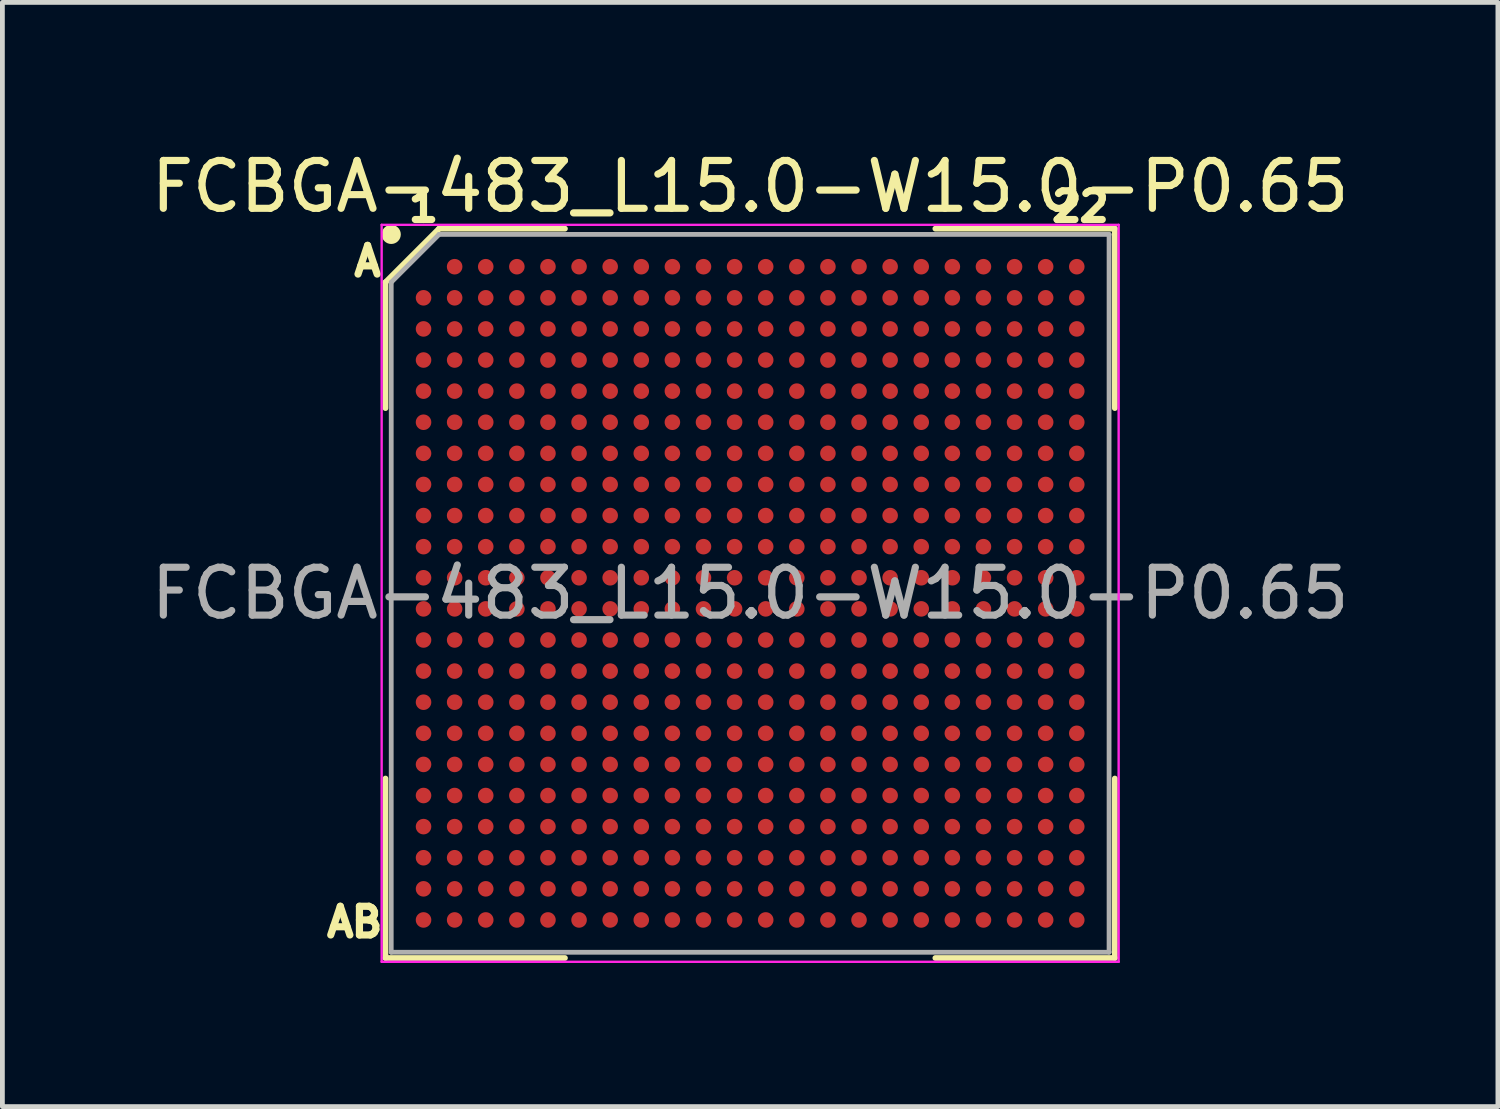
<source format=kicad_pcb>
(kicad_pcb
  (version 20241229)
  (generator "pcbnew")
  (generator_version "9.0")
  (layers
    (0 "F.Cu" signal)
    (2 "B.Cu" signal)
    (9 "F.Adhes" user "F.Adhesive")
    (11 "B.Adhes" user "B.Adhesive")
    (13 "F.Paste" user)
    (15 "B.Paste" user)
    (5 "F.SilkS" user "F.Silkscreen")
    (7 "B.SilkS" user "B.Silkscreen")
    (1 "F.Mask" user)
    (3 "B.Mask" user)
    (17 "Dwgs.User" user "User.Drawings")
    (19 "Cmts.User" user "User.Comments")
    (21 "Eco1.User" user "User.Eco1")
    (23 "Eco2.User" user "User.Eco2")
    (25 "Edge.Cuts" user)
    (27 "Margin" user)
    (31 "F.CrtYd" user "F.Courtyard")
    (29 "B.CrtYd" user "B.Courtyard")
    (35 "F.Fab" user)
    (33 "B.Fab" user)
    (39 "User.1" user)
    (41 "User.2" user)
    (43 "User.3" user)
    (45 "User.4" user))
  (footprint "FCBGA-483_L15.0-W15.0-P0.65"
    (layer "F.Cu")
    (at 12.625 9.348)
    (property "Reference" "FCBGA-483_L15.0-W15.0-P0.65" (at 0 -8.5 0) (layer "F.SilkS") (effects (font (size 1 1) (thickness 0.15))))
    (attr smd)
    (fp_line (start -7.62 -6.5) (end -7.62 -3.87) (stroke (width 0.12) (type default)) (layer "F.SilkS"))
    (fp_line (start -7.62 7.62) (end -7.62 3.87) (stroke (width 0.12) (type default)) (layer "F.SilkS"))
    (fp_line (start -6.5 -7.62) (end -7.62 -6.5) (stroke (width 0.12) (type default)) (layer "F.SilkS"))
    (fp_line (start -3.87 -7.62) (end -6.5 -7.62) (stroke (width 0.12) (type default)) (layer "F.SilkS"))
    (fp_line (start -3.87 7.62) (end -7.62 7.62) (stroke (width 0.12) (type default)) (layer "F.SilkS"))
    (fp_line (start 3.87 -7.62) (end 7.62 -7.62) (stroke (width 0.12) (type default)) (layer "F.SilkS"))
    (fp_line (start 3.87 7.62) (end 7.62 7.62) (stroke (width 0.12) (type default)) (layer "F.SilkS"))
    (fp_line (start 7.62 -7.62) (end 7.62 -3.87) (stroke (width 0.12) (type default)) (layer "F.SilkS"))
    (fp_line (start 7.62 7.62) (end 7.62 3.87) (stroke (width 0.12) (type default)) (layer "F.SilkS"))
    (fp_circle (center -7.5 -7.5) (end -7.5 -7.4) (stroke (width 0.2) (type default)) (fill no) (layer "F.SilkS"))
    (fp_line (start -7.7 -7.7) (end 7.7 -7.7) (stroke (width 0.05) (type default)) (layer "F.CrtYd"))
    (fp_line (start -7.7 7.7) (end -7.7 -7.7) (stroke (width 0.05) (type default)) (layer "F.CrtYd"))
    (fp_line (start 7.7 -7.7) (end 7.7 7.7) (stroke (width 0.05) (type default)) (layer "F.CrtYd"))
    (fp_line (start 7.7 7.7) (end -7.7 7.7) (stroke (width 0.05) (type default)) (layer "F.CrtYd"))
    (fp_line (start -7.5 -6.5) (end -7.5 7.5) (stroke (width 0.1) (type default)) (layer "F.Fab"))
    (fp_line (start -7.5 7.5) (end 7.5 7.5) (stroke (width 0.1) (type default)) (layer "F.Fab"))
    (fp_line (start -6.5 -7.5) (end -7.5 -6.5) (stroke (width 0.1) (type default)) (layer "F.Fab"))
    (fp_line (start 7.5 -7.5) (end -6.5 -7.5) (stroke (width 0.1) (type default)) (layer "F.Fab"))
    (fp_line (start 7.5 7.5) (end 7.5 -7.5) (stroke (width 0.1) (type default)) (layer "F.Fab"))
    (fp_text user "AB" (at -8.92 7.22 0) (unlocked yes) (layer "F.SilkS") (effects (font (size 0.6 0.6) (thickness 0.15)) (justify left bottom)))
    (fp_text user "A" (at -8.35 -6.59 0) (unlocked yes) (layer "F.SilkS") (effects (font (size 0.6 0.6) (thickness 0.15)) (justify left bottom)))
    (fp_text user "1" (at -7.21 -7.73 0) (unlocked yes) (layer "F.SilkS") (effects (font (size 0.6 0.6) (thickness 0.15)) (justify left bottom)))
    (fp_text user "22" (at 6.23 -7.73 0) (unlocked yes) (layer "F.SilkS") (effects (font (size 0.6 0.6) (thickness 0.15)) (justify left bottom)))
    (fp_text user "${REFERENCE}" (at 0 0 0) (layer "F.Fab") (effects (font (size 1 1) (thickness 0.15))))
    (pad "A2" smd circle (at -6.175 -6.825) (size 0.325 0.325) (layers "F.Cu" "F.Mask" "F.Paste"))
    (pad "A3" smd circle (at -5.525 -6.825) (size 0.325 0.325) (layers "F.Cu" "F.Mask" "F.Paste"))
    (pad "A4" smd circle (at -4.875 -6.825) (size 0.325 0.325) (layers "F.Cu" "F.Mask" "F.Paste"))
    (pad "A5" smd circle (at -4.225 -6.825) (size 0.325 0.325) (layers "F.Cu" "F.Mask" "F.Paste"))
    (pad "A6" smd circle (at -3.575 -6.825) (size 0.325 0.325) (layers "F.Cu" "F.Mask" "F.Paste"))
    (pad "A7" smd circle (at -2.925 -6.825) (size 0.325 0.325) (layers "F.Cu" "F.Mask" "F.Paste"))
    (pad "A8" smd circle (at -2.275 -6.825) (size 0.325 0.325) (layers "F.Cu" "F.Mask" "F.Paste"))
    (pad "A9" smd circle (at -1.625 -6.825) (size 0.325 0.325) (layers "F.Cu" "F.Mask" "F.Paste"))
    (pad "A10" smd circle (at -0.975 -6.825) (size 0.325 0.325) (layers "F.Cu" "F.Mask" "F.Paste"))
    (pad "A11" smd circle (at -0.325 -6.825) (size 0.325 0.325) (layers "F.Cu" "F.Mask" "F.Paste"))
    (pad "A12" smd circle (at 0.325 -6.825) (size 0.325 0.325) (layers "F.Cu" "F.Mask" "F.Paste"))
    (pad "A13" smd circle (at 0.975 -6.825) (size 0.325 0.325) (layers "F.Cu" "F.Mask" "F.Paste"))
    (pad "A14" smd circle (at 1.625 -6.825) (size 0.325 0.325) (layers "F.Cu" "F.Mask" "F.Paste"))
    (pad "A15" smd circle (at 2.275 -6.825) (size 0.325 0.325) (layers "F.Cu" "F.Mask" "F.Paste"))
    (pad "A16" smd circle (at 2.925 -6.825) (size 0.325 0.325) (layers "F.Cu" "F.Mask" "F.Paste"))
    (pad "A17" smd circle (at 3.575 -6.825) (size 0.325 0.325) (layers "F.Cu" "F.Mask" "F.Paste"))
    (pad "A18" smd circle (at 4.225 -6.825) (size 0.325 0.325) (layers "F.Cu" "F.Mask" "F.Paste"))
    (pad "A19" smd circle (at 4.875 -6.825) (size 0.325 0.325) (layers "F.Cu" "F.Mask" "F.Paste"))
    (pad "A20" smd circle (at 5.525 -6.825) (size 0.325 0.325) (layers "F.Cu" "F.Mask" "F.Paste"))
    (pad "A21" smd circle (at 6.175 -6.825) (size 0.325 0.325) (layers "F.Cu" "F.Mask" "F.Paste"))
    (pad "A22" smd circle (at 6.825 -6.825) (size 0.325 0.325) (layers "F.Cu" "F.Mask" "F.Paste"))
    (pad "AA1" smd circle (at -6.825 6.175) (size 0.325 0.325) (layers "F.Cu" "F.Mask" "F.Paste"))
    (pad "AA2" smd circle (at -6.175 6.175) (size 0.325 0.325) (layers "F.Cu" "F.Mask" "F.Paste"))
    (pad "AA3" smd circle (at -5.525 6.175) (size 0.325 0.325) (layers "F.Cu" "F.Mask" "F.Paste"))
    (pad "AA4" smd circle (at -4.875 6.175) (size 0.325 0.325) (layers "F.Cu" "F.Mask" "F.Paste"))
    (pad "AA5" smd circle (at -4.225 6.175) (size 0.325 0.325) (layers "F.Cu" "F.Mask" "F.Paste"))
    (pad "AA6" smd circle (at -3.575 6.175) (size 0.325 0.325) (layers "F.Cu" "F.Mask" "F.Paste"))
    (pad "AA7" smd circle (at -2.925 6.175) (size 0.325 0.325) (layers "F.Cu" "F.Mask" "F.Paste"))
    (pad "AA8" smd circle (at -2.275 6.175) (size 0.325 0.325) (layers "F.Cu" "F.Mask" "F.Paste"))
    (pad "AA9" smd circle (at -1.625 6.175) (size 0.325 0.325) (layers "F.Cu" "F.Mask" "F.Paste"))
    (pad "AA10" smd circle (at -0.975 6.175) (size 0.325 0.325) (layers "F.Cu" "F.Mask" "F.Paste"))
    (pad "AA11" smd circle (at -0.325 6.175) (size 0.325 0.325) (layers "F.Cu" "F.Mask" "F.Paste"))
    (pad "AA12" smd circle (at 0.325 6.175) (size 0.325 0.325) (layers "F.Cu" "F.Mask" "F.Paste"))
    (pad "AA13" smd circle (at 0.975 6.175) (size 0.325 0.325) (layers "F.Cu" "F.Mask" "F.Paste"))
    (pad "AA14" smd circle (at 1.625 6.175) (size 0.325 0.325) (layers "F.Cu" "F.Mask" "F.Paste"))
    (pad "AA15" smd circle (at 2.275 6.175) (size 0.325 0.325) (layers "F.Cu" "F.Mask" "F.Paste"))
    (pad "AA16" smd circle (at 2.925 6.175) (size 0.325 0.325) (layers "F.Cu" "F.Mask" "F.Paste"))
    (pad "AA17" smd circle (at 3.575 6.175) (size 0.325 0.325) (layers "F.Cu" "F.Mask" "F.Paste"))
    (pad "AA18" smd circle (at 4.225 6.175) (size 0.325 0.325) (layers "F.Cu" "F.Mask" "F.Paste"))
    (pad "AA19" smd circle (at 4.875 6.175) (size 0.325 0.325) (layers "F.Cu" "F.Mask" "F.Paste"))
    (pad "AA20" smd circle (at 5.525 6.175) (size 0.325 0.325) (layers "F.Cu" "F.Mask" "F.Paste"))
    (pad "AA21" smd circle (at 6.175 6.175) (size 0.325 0.325) (layers "F.Cu" "F.Mask" "F.Paste"))
    (pad "AA22" smd circle (at 6.825 6.175) (size 0.325 0.325) (layers "F.Cu" "F.Mask" "F.Paste"))
    (pad "AB1" smd circle (at -6.825 6.825) (size 0.325 0.325) (layers "F.Cu" "F.Mask" "F.Paste"))
    (pad "AB2" smd circle (at -6.175 6.825) (size 0.325 0.325) (layers "F.Cu" "F.Mask" "F.Paste"))
    (pad "AB3" smd circle (at -5.525 6.825) (size 0.325 0.325) (layers "F.Cu" "F.Mask" "F.Paste"))
    (pad "AB4" smd circle (at -4.875 6.825) (size 0.325 0.325) (layers "F.Cu" "F.Mask" "F.Paste"))
    (pad "AB5" smd circle (at -4.225 6.825) (size 0.325 0.325) (layers "F.Cu" "F.Mask" "F.Paste"))
    (pad "AB6" smd circle (at -3.575 6.825) (size 0.325 0.325) (layers "F.Cu" "F.Mask" "F.Paste"))
    (pad "AB7" smd circle (at -2.925 6.825) (size 0.325 0.325) (layers "F.Cu" "F.Mask" "F.Paste"))
    (pad "AB8" smd circle (at -2.275 6.825) (size 0.325 0.325) (layers "F.Cu" "F.Mask" "F.Paste"))
    (pad "AB9" smd circle (at -1.625 6.825) (size 0.325 0.325) (layers "F.Cu" "F.Mask" "F.Paste"))
    (pad "AB10" smd circle (at -0.975 6.825) (size 0.325 0.325) (layers "F.Cu" "F.Mask" "F.Paste"))
    (pad "AB11" smd circle (at -0.325 6.825) (size 0.325 0.325) (layers "F.Cu" "F.Mask" "F.Paste"))
    (pad "AB12" smd circle (at 0.325 6.825) (size 0.325 0.325) (layers "F.Cu" "F.Mask" "F.Paste"))
    (pad "AB13" smd circle (at 0.975 6.825) (size 0.325 0.325) (layers "F.Cu" "F.Mask" "F.Paste"))
    (pad "AB14" smd circle (at 1.625 6.825) (size 0.325 0.325) (layers "F.Cu" "F.Mask" "F.Paste"))
    (pad "AB15" smd circle (at 2.275 6.825) (size 0.325 0.325) (layers "F.Cu" "F.Mask" "F.Paste"))
    (pad "AB16" smd circle (at 2.925 6.825) (size 0.325 0.325) (layers "F.Cu" "F.Mask" "F.Paste"))
    (pad "AB17" smd circle (at 3.575 6.825) (size 0.325 0.325) (layers "F.Cu" "F.Mask" "F.Paste"))
    (pad "AB18" smd circle (at 4.225 6.825) (size 0.325 0.325) (layers "F.Cu" "F.Mask" "F.Paste"))
    (pad "AB19" smd circle (at 4.875 6.825) (size 0.325 0.325) (layers "F.Cu" "F.Mask" "F.Paste"))
    (pad "AB20" smd circle (at 5.525 6.825) (size 0.325 0.325) (layers "F.Cu" "F.Mask" "F.Paste"))
    (pad "AB21" smd circle (at 6.175 6.825) (size 0.325 0.325) (layers "F.Cu" "F.Mask" "F.Paste"))
    (pad "AB22" smd circle (at 6.825 6.825) (size 0.325 0.325) (layers "F.Cu" "F.Mask" "F.Paste"))
    (pad "B1" smd circle (at -6.825 -6.175) (size 0.325 0.325) (layers "F.Cu" "F.Mask" "F.Paste"))
    (pad "B2" smd circle (at -6.175 -6.175) (size 0.325 0.325) (layers "F.Cu" "F.Mask" "F.Paste"))
    (pad "B3" smd circle (at -5.525 -6.175) (size 0.325 0.325) (layers "F.Cu" "F.Mask" "F.Paste"))
    (pad "B4" smd circle (at -4.875 -6.175) (size 0.325 0.325) (layers "F.Cu" "F.Mask" "F.Paste"))
    (pad "B5" smd circle (at -4.225 -6.175) (size 0.325 0.325) (layers "F.Cu" "F.Mask" "F.Paste"))
    (pad "B6" smd circle (at -3.575 -6.175) (size 0.325 0.325) (layers "F.Cu" "F.Mask" "F.Paste"))
    (pad "B7" smd circle (at -2.925 -6.175) (size 0.325 0.325) (layers "F.Cu" "F.Mask" "F.Paste"))
    (pad "B8" smd circle (at -2.275 -6.175) (size 0.325 0.325) (layers "F.Cu" "F.Mask" "F.Paste"))
    (pad "B9" smd circle (at -1.625 -6.175) (size 0.325 0.325) (layers "F.Cu" "F.Mask" "F.Paste"))
    (pad "B10" smd circle (at -0.975 -6.175) (size 0.325 0.325) (layers "F.Cu" "F.Mask" "F.Paste"))
    (pad "B11" smd circle (at -0.325 -6.175) (size 0.325 0.325) (layers "F.Cu" "F.Mask" "F.Paste"))
    (pad "B12" smd circle (at 0.325 -6.175) (size 0.325 0.325) (layers "F.Cu" "F.Mask" "F.Paste"))
    (pad "B13" smd circle (at 0.975 -6.175) (size 0.325 0.325) (layers "F.Cu" "F.Mask" "F.Paste"))
    (pad "B14" smd circle (at 1.625 -6.175) (size 0.325 0.325) (layers "F.Cu" "F.Mask" "F.Paste"))
    (pad "B15" smd circle (at 2.275 -6.175) (size 0.325 0.325) (layers "F.Cu" "F.Mask" "F.Paste"))
    (pad "B16" smd circle (at 2.925 -6.175) (size 0.325 0.325) (layers "F.Cu" "F.Mask" "F.Paste"))
    (pad "B17" smd circle (at 3.575 -6.175) (size 0.325 0.325) (layers "F.Cu" "F.Mask" "F.Paste"))
    (pad "B18" smd circle (at 4.225 -6.175) (size 0.325 0.325) (layers "F.Cu" "F.Mask" "F.Paste"))
    (pad "B19" smd circle (at 4.875 -6.175) (size 0.325 0.325) (layers "F.Cu" "F.Mask" "F.Paste"))
    (pad "B20" smd circle (at 5.525 -6.175) (size 0.325 0.325) (layers "F.Cu" "F.Mask" "F.Paste"))
    (pad "B21" smd circle (at 6.175 -6.175) (size 0.325 0.325) (layers "F.Cu" "F.Mask" "F.Paste"))
    (pad "B22" smd circle (at 6.825 -6.175) (size 0.325 0.325) (layers "F.Cu" "F.Mask" "F.Paste"))
    (pad "C1" smd circle (at -6.825 -5.525) (size 0.325 0.325) (layers "F.Cu" "F.Mask" "F.Paste"))
    (pad "C2" smd circle (at -6.175 -5.525) (size 0.325 0.325) (layers "F.Cu" "F.Mask" "F.Paste"))
    (pad "C3" smd circle (at -5.525 -5.525) (size 0.325 0.325) (layers "F.Cu" "F.Mask" "F.Paste"))
    (pad "C4" smd circle (at -4.875 -5.525) (size 0.325 0.325) (layers "F.Cu" "F.Mask" "F.Paste"))
    (pad "C5" smd circle (at -4.225 -5.525) (size 0.325 0.325) (layers "F.Cu" "F.Mask" "F.Paste"))
    (pad "C6" smd circle (at -3.575 -5.525) (size 0.325 0.325) (layers "F.Cu" "F.Mask" "F.Paste"))
    (pad "C7" smd circle (at -2.925 -5.525) (size 0.325 0.325) (layers "F.Cu" "F.Mask" "F.Paste"))
    (pad "C8" smd circle (at -2.275 -5.525) (size 0.325 0.325) (layers "F.Cu" "F.Mask" "F.Paste"))
    (pad "C9" smd circle (at -1.625 -5.525) (size 0.325 0.325) (layers "F.Cu" "F.Mask" "F.Paste"))
    (pad "C10" smd circle (at -0.975 -5.525) (size 0.325 0.325) (layers "F.Cu" "F.Mask" "F.Paste"))
    (pad "C11" smd circle (at -0.325 -5.525) (size 0.325 0.325) (layers "F.Cu" "F.Mask" "F.Paste"))
    (pad "C12" smd circle (at 0.325 -5.525) (size 0.325 0.325) (layers "F.Cu" "F.Mask" "F.Paste"))
    (pad "C13" smd circle (at 0.975 -5.525) (size 0.325 0.325) (layers "F.Cu" "F.Mask" "F.Paste"))
    (pad "C14" smd circle (at 1.625 -5.525) (size 0.325 0.325) (layers "F.Cu" "F.Mask" "F.Paste"))
    (pad "C15" smd circle (at 2.275 -5.525) (size 0.325 0.325) (layers "F.Cu" "F.Mask" "F.Paste"))
    (pad "C16" smd circle (at 2.925 -5.525) (size 0.325 0.325) (layers "F.Cu" "F.Mask" "F.Paste"))
    (pad "C17" smd circle (at 3.575 -5.525) (size 0.325 0.325) (layers "F.Cu" "F.Mask" "F.Paste"))
    (pad "C18" smd circle (at 4.225 -5.525) (size 0.325 0.325) (layers "F.Cu" "F.Mask" "F.Paste"))
    (pad "C19" smd circle (at 4.875 -5.525) (size 0.325 0.325) (layers "F.Cu" "F.Mask" "F.Paste"))
    (pad "C20" smd circle (at 5.525 -5.525) (size 0.325 0.325) (layers "F.Cu" "F.Mask" "F.Paste"))
    (pad "C21" smd circle (at 6.175 -5.525) (size 0.325 0.325) (layers "F.Cu" "F.Mask" "F.Paste"))
    (pad "C22" smd circle (at 6.825 -5.525) (size 0.325 0.325) (layers "F.Cu" "F.Mask" "F.Paste"))
    (pad "D1" smd circle (at -6.825 -4.875) (size 0.325 0.325) (layers "F.Cu" "F.Mask" "F.Paste"))
    (pad "D2" smd circle (at -6.175 -4.875) (size 0.325 0.325) (layers "F.Cu" "F.Mask" "F.Paste"))
    (pad "D3" smd circle (at -5.525 -4.875) (size 0.325 0.325) (layers "F.Cu" "F.Mask" "F.Paste"))
    (pad "D4" smd circle (at -4.875 -4.875) (size 0.325 0.325) (layers "F.Cu" "F.Mask" "F.Paste"))
    (pad "D5" smd circle (at -4.225 -4.875) (size 0.325 0.325) (layers "F.Cu" "F.Mask" "F.Paste"))
    (pad "D6" smd circle (at -3.575 -4.875) (size 0.325 0.325) (layers "F.Cu" "F.Mask" "F.Paste"))
    (pad "D7" smd circle (at -2.925 -4.875) (size 0.325 0.325) (layers "F.Cu" "F.Mask" "F.Paste"))
    (pad "D8" smd circle (at -2.275 -4.875) (size 0.325 0.325) (layers "F.Cu" "F.Mask" "F.Paste"))
    (pad "D9" smd circle (at -1.625 -4.875) (size 0.325 0.325) (layers "F.Cu" "F.Mask" "F.Paste"))
    (pad "D10" smd circle (at -0.975 -4.875) (size 0.325 0.325) (layers "F.Cu" "F.Mask" "F.Paste"))
    (pad "D11" smd circle (at -0.325 -4.875) (size 0.325 0.325) (layers "F.Cu" "F.Mask" "F.Paste"))
    (pad "D12" smd circle (at 0.325 -4.875) (size 0.325 0.325) (layers "F.Cu" "F.Mask" "F.Paste"))
    (pad "D13" smd circle (at 0.975 -4.875) (size 0.325 0.325) (layers "F.Cu" "F.Mask" "F.Paste"))
    (pad "D14" smd circle (at 1.625 -4.875) (size 0.325 0.325) (layers "F.Cu" "F.Mask" "F.Paste"))
    (pad "D15" smd circle (at 2.275 -4.875) (size 0.325 0.325) (layers "F.Cu" "F.Mask" "F.Paste"))
    (pad "D16" smd circle (at 2.925 -4.875) (size 0.325 0.325) (layers "F.Cu" "F.Mask" "F.Paste"))
    (pad "D17" smd circle (at 3.575 -4.875) (size 0.325 0.325) (layers "F.Cu" "F.Mask" "F.Paste"))
    (pad "D18" smd circle (at 4.225 -4.875) (size 0.325 0.325) (layers "F.Cu" "F.Mask" "F.Paste"))
    (pad "D19" smd circle (at 4.875 -4.875) (size 0.325 0.325) (layers "F.Cu" "F.Mask" "F.Paste"))
    (pad "D20" smd circle (at 5.525 -4.875) (size 0.325 0.325) (layers "F.Cu" "F.Mask" "F.Paste"))
    (pad "D21" smd circle (at 6.175 -4.875) (size 0.325 0.325) (layers "F.Cu" "F.Mask" "F.Paste"))
    (pad "D22" smd circle (at 6.825 -4.875) (size 0.325 0.325) (layers "F.Cu" "F.Mask" "F.Paste"))
    (pad "E1" smd circle (at -6.825 -4.225) (size 0.325 0.325) (layers "F.Cu" "F.Mask" "F.Paste"))
    (pad "E2" smd circle (at -6.175 -4.225) (size 0.325 0.325) (layers "F.Cu" "F.Mask" "F.Paste"))
    (pad "E3" smd circle (at -5.525 -4.225) (size 0.325 0.325) (layers "F.Cu" "F.Mask" "F.Paste"))
    (pad "E4" smd circle (at -4.875 -4.225) (size 0.325 0.325) (layers "F.Cu" "F.Mask" "F.Paste"))
    (pad "E5" smd circle (at -4.225 -4.225) (size 0.325 0.325) (layers "F.Cu" "F.Mask" "F.Paste"))
    (pad "E6" smd circle (at -3.575 -4.225) (size 0.325 0.325) (layers "F.Cu" "F.Mask" "F.Paste"))
    (pad "E7" smd circle (at -2.925 -4.225) (size 0.325 0.325) (layers "F.Cu" "F.Mask" "F.Paste"))
    (pad "E8" smd circle (at -2.275 -4.225) (size 0.325 0.325) (layers "F.Cu" "F.Mask" "F.Paste"))
    (pad "E9" smd circle (at -1.625 -4.225) (size 0.325 0.325) (layers "F.Cu" "F.Mask" "F.Paste"))
    (pad "E10" smd circle (at -0.975 -4.225) (size 0.325 0.325) (layers "F.Cu" "F.Mask" "F.Paste"))
    (pad "E11" smd circle (at -0.325 -4.225) (size 0.325 0.325) (layers "F.Cu" "F.Mask" "F.Paste"))
    (pad "E12" smd circle (at 0.325 -4.225) (size 0.325 0.325) (layers "F.Cu" "F.Mask" "F.Paste"))
    (pad "E13" smd circle (at 0.975 -4.225) (size 0.325 0.325) (layers "F.Cu" "F.Mask" "F.Paste"))
    (pad "E14" smd circle (at 1.625 -4.225) (size 0.325 0.325) (layers "F.Cu" "F.Mask" "F.Paste"))
    (pad "E15" smd circle (at 2.275 -4.225) (size 0.325 0.325) (layers "F.Cu" "F.Mask" "F.Paste"))
    (pad "E16" smd circle (at 2.925 -4.225) (size 0.325 0.325) (layers "F.Cu" "F.Mask" "F.Paste"))
    (pad "E17" smd circle (at 3.575 -4.225) (size 0.325 0.325) (layers "F.Cu" "F.Mask" "F.Paste"))
    (pad "E18" smd circle (at 4.225 -4.225) (size 0.325 0.325) (layers "F.Cu" "F.Mask" "F.Paste"))
    (pad "E19" smd circle (at 4.875 -4.225) (size 0.325 0.325) (layers "F.Cu" "F.Mask" "F.Paste"))
    (pad "E20" smd circle (at 5.525 -4.225) (size 0.325 0.325) (layers "F.Cu" "F.Mask" "F.Paste"))
    (pad "E21" smd circle (at 6.175 -4.225) (size 0.325 0.325) (layers "F.Cu" "F.Mask" "F.Paste"))
    (pad "E22" smd circle (at 6.825 -4.225) (size 0.325 0.325) (layers "F.Cu" "F.Mask" "F.Paste"))
    (pad "F1" smd circle (at -6.825 -3.575) (size 0.325 0.325) (layers "F.Cu" "F.Mask" "F.Paste"))
    (pad "F2" smd circle (at -6.175 -3.575) (size 0.325 0.325) (layers "F.Cu" "F.Mask" "F.Paste"))
    (pad "F3" smd circle (at -5.525 -3.575) (size 0.325 0.325) (layers "F.Cu" "F.Mask" "F.Paste"))
    (pad "F4" smd circle (at -4.875 -3.575) (size 0.325 0.325) (layers "F.Cu" "F.Mask" "F.Paste"))
    (pad "F5" smd circle (at -4.225 -3.575) (size 0.325 0.325) (layers "F.Cu" "F.Mask" "F.Paste"))
    (pad "F6" smd circle (at -3.575 -3.575) (size 0.325 0.325) (layers "F.Cu" "F.Mask" "F.Paste"))
    (pad "F7" smd circle (at -2.925 -3.575) (size 0.325 0.325) (layers "F.Cu" "F.Mask" "F.Paste"))
    (pad "F8" smd circle (at -2.275 -3.575) (size 0.325 0.325) (layers "F.Cu" "F.Mask" "F.Paste"))
    (pad "F9" smd circle (at -1.625 -3.575) (size 0.325 0.325) (layers "F.Cu" "F.Mask" "F.Paste"))
    (pad "F10" smd circle (at -0.975 -3.575) (size 0.325 0.325) (layers "F.Cu" "F.Mask" "F.Paste"))
    (pad "F11" smd circle (at -0.325 -3.575) (size 0.325 0.325) (layers "F.Cu" "F.Mask" "F.Paste"))
    (pad "F12" smd circle (at 0.325 -3.575) (size 0.325 0.325) (layers "F.Cu" "F.Mask" "F.Paste"))
    (pad "F13" smd circle (at 0.975 -3.575) (size 0.325 0.325) (layers "F.Cu" "F.Mask" "F.Paste"))
    (pad "F14" smd circle (at 1.625 -3.575) (size 0.325 0.325) (layers "F.Cu" "F.Mask" "F.Paste"))
    (pad "F15" smd circle (at 2.275 -3.575) (size 0.325 0.325) (layers "F.Cu" "F.Mask" "F.Paste"))
    (pad "F16" smd circle (at 2.925 -3.575) (size 0.325 0.325) (layers "F.Cu" "F.Mask" "F.Paste"))
    (pad "F17" smd circle (at 3.575 -3.575) (size 0.325 0.325) (layers "F.Cu" "F.Mask" "F.Paste"))
    (pad "F18" smd circle (at 4.225 -3.575) (size 0.325 0.325) (layers "F.Cu" "F.Mask" "F.Paste"))
    (pad "F19" smd circle (at 4.875 -3.575) (size 0.325 0.325) (layers "F.Cu" "F.Mask" "F.Paste"))
    (pad "F20" smd circle (at 5.525 -3.575) (size 0.325 0.325) (layers "F.Cu" "F.Mask" "F.Paste"))
    (pad "F21" smd circle (at 6.175 -3.575) (size 0.325 0.325) (layers "F.Cu" "F.Mask" "F.Paste"))
    (pad "F22" smd circle (at 6.825 -3.575) (size 0.325 0.325) (layers "F.Cu" "F.Mask" "F.Paste"))
    (pad "G1" smd circle (at -6.825 -2.925) (size 0.325 0.325) (layers "F.Cu" "F.Mask" "F.Paste"))
    (pad "G2" smd circle (at -6.175 -2.925) (size 0.325 0.325) (layers "F.Cu" "F.Mask" "F.Paste"))
    (pad "G3" smd circle (at -5.525 -2.925) (size 0.325 0.325) (layers "F.Cu" "F.Mask" "F.Paste"))
    (pad "G4" smd circle (at -4.875 -2.925) (size 0.325 0.325) (layers "F.Cu" "F.Mask" "F.Paste"))
    (pad "G5" smd circle (at -4.225 -2.925) (size 0.325 0.325) (layers "F.Cu" "F.Mask" "F.Paste"))
    (pad "G6" smd circle (at -3.575 -2.925) (size 0.325 0.325) (layers "F.Cu" "F.Mask" "F.Paste"))
    (pad "G7" smd circle (at -2.925 -2.925) (size 0.325 0.325) (layers "F.Cu" "F.Mask" "F.Paste"))
    (pad "G8" smd circle (at -2.275 -2.925) (size 0.325 0.325) (layers "F.Cu" "F.Mask" "F.Paste"))
    (pad "G9" smd circle (at -1.625 -2.925) (size 0.325 0.325) (layers "F.Cu" "F.Mask" "F.Paste"))
    (pad "G10" smd circle (at -0.975 -2.925) (size 0.325 0.325) (layers "F.Cu" "F.Mask" "F.Paste"))
    (pad "G11" smd circle (at -0.325 -2.925) (size 0.325 0.325) (layers "F.Cu" "F.Mask" "F.Paste"))
    (pad "G12" smd circle (at 0.325 -2.925) (size 0.325 0.325) (layers "F.Cu" "F.Mask" "F.Paste"))
    (pad "G13" smd circle (at 0.975 -2.925) (size 0.325 0.325) (layers "F.Cu" "F.Mask" "F.Paste"))
    (pad "G14" smd circle (at 1.625 -2.925) (size 0.325 0.325) (layers "F.Cu" "F.Mask" "F.Paste"))
    (pad "G15" smd circle (at 2.275 -2.925) (size 0.325 0.325) (layers "F.Cu" "F.Mask" "F.Paste"))
    (pad "G16" smd circle (at 2.925 -2.925) (size 0.325 0.325) (layers "F.Cu" "F.Mask" "F.Paste"))
    (pad "G17" smd circle (at 3.575 -2.925) (size 0.325 0.325) (layers "F.Cu" "F.Mask" "F.Paste"))
    (pad "G18" smd circle (at 4.225 -2.925) (size 0.325 0.325) (layers "F.Cu" "F.Mask" "F.Paste"))
    (pad "G19" smd circle (at 4.875 -2.925) (size 0.325 0.325) (layers "F.Cu" "F.Mask" "F.Paste"))
    (pad "G20" smd circle (at 5.525 -2.925) (size 0.325 0.325) (layers "F.Cu" "F.Mask" "F.Paste"))
    (pad "G21" smd circle (at 6.175 -2.925) (size 0.325 0.325) (layers "F.Cu" "F.Mask" "F.Paste"))
    (pad "G22" smd circle (at 6.825 -2.925) (size 0.325 0.325) (layers "F.Cu" "F.Mask" "F.Paste"))
    (pad "H1" smd circle (at -6.825 -2.275) (size 0.325 0.325) (layers "F.Cu" "F.Mask" "F.Paste"))
    (pad "H2" smd circle (at -6.175 -2.275) (size 0.325 0.325) (layers "F.Cu" "F.Mask" "F.Paste"))
    (pad "H3" smd circle (at -5.525 -2.275) (size 0.325 0.325) (layers "F.Cu" "F.Mask" "F.Paste"))
    (pad "H4" smd circle (at -4.875 -2.275) (size 0.325 0.325) (layers "F.Cu" "F.Mask" "F.Paste"))
    (pad "H5" smd circle (at -4.225 -2.275) (size 0.325 0.325) (layers "F.Cu" "F.Mask" "F.Paste"))
    (pad "H6" smd circle (at -3.575 -2.275) (size 0.325 0.325) (layers "F.Cu" "F.Mask" "F.Paste"))
    (pad "H7" smd circle (at -2.925 -2.275) (size 0.325 0.325) (layers "F.Cu" "F.Mask" "F.Paste"))
    (pad "H8" smd circle (at -2.275 -2.275) (size 0.325 0.325) (layers "F.Cu" "F.Mask" "F.Paste"))
    (pad "H9" smd circle (at -1.625 -2.275) (size 0.325 0.325) (layers "F.Cu" "F.Mask" "F.Paste"))
    (pad "H10" smd circle (at -0.975 -2.275) (size 0.325 0.325) (layers "F.Cu" "F.Mask" "F.Paste"))
    (pad "H11" smd circle (at -0.325 -2.275) (size 0.325 0.325) (layers "F.Cu" "F.Mask" "F.Paste"))
    (pad "H12" smd circle (at 0.325 -2.275) (size 0.325 0.325) (layers "F.Cu" "F.Mask" "F.Paste"))
    (pad "H13" smd circle (at 0.975 -2.275) (size 0.325 0.325) (layers "F.Cu" "F.Mask" "F.Paste"))
    (pad "H14" smd circle (at 1.625 -2.275) (size 0.325 0.325) (layers "F.Cu" "F.Mask" "F.Paste"))
    (pad "H15" smd circle (at 2.275 -2.275) (size 0.325 0.325) (layers "F.Cu" "F.Mask" "F.Paste"))
    (pad "H16" smd circle (at 2.925 -2.275) (size 0.325 0.325) (layers "F.Cu" "F.Mask" "F.Paste"))
    (pad "H17" smd circle (at 3.575 -2.275) (size 0.325 0.325) (layers "F.Cu" "F.Mask" "F.Paste"))
    (pad "H18" smd circle (at 4.225 -2.275) (size 0.325 0.325) (layers "F.Cu" "F.Mask" "F.Paste"))
    (pad "H19" smd circle (at 4.875 -2.275) (size 0.325 0.325) (layers "F.Cu" "F.Mask" "F.Paste"))
    (pad "H20" smd circle (at 5.525 -2.275) (size 0.325 0.325) (layers "F.Cu" "F.Mask" "F.Paste"))
    (pad "H21" smd circle (at 6.175 -2.275) (size 0.325 0.325) (layers "F.Cu" "F.Mask" "F.Paste"))
    (pad "H22" smd circle (at 6.825 -2.275) (size 0.325 0.325) (layers "F.Cu" "F.Mask" "F.Paste"))
    (pad "J1" smd circle (at -6.825 -1.625) (size 0.325 0.325) (layers "F.Cu" "F.Mask" "F.Paste"))
    (pad "J2" smd circle (at -6.175 -1.625) (size 0.325 0.325) (layers "F.Cu" "F.Mask" "F.Paste"))
    (pad "J3" smd circle (at -5.525 -1.625) (size 0.325 0.325) (layers "F.Cu" "F.Mask" "F.Paste"))
    (pad "J4" smd circle (at -4.875 -1.625) (size 0.325 0.325) (layers "F.Cu" "F.Mask" "F.Paste"))
    (pad "J5" smd circle (at -4.225 -1.625) (size 0.325 0.325) (layers "F.Cu" "F.Mask" "F.Paste"))
    (pad "J6" smd circle (at -3.575 -1.625) (size 0.325 0.325) (layers "F.Cu" "F.Mask" "F.Paste"))
    (pad "J7" smd circle (at -2.925 -1.625) (size 0.325 0.325) (layers "F.Cu" "F.Mask" "F.Paste"))
    (pad "J8" smd circle (at -2.275 -1.625) (size 0.325 0.325) (layers "F.Cu" "F.Mask" "F.Paste"))
    (pad "J9" smd circle (at -1.625 -1.625) (size 0.325 0.325) (layers "F.Cu" "F.Mask" "F.Paste"))
    (pad "J10" smd circle (at -0.975 -1.625) (size 0.325 0.325) (layers "F.Cu" "F.Mask" "F.Paste"))
    (pad "J11" smd circle (at -0.325 -1.625) (size 0.325 0.325) (layers "F.Cu" "F.Mask" "F.Paste"))
    (pad "J12" smd circle (at 0.325 -1.625) (size 0.325 0.325) (layers "F.Cu" "F.Mask" "F.Paste"))
    (pad "J13" smd circle (at 0.975 -1.625) (size 0.325 0.325) (layers "F.Cu" "F.Mask" "F.Paste"))
    (pad "J14" smd circle (at 1.625 -1.625) (size 0.325 0.325) (layers "F.Cu" "F.Mask" "F.Paste"))
    (pad "J15" smd circle (at 2.275 -1.625) (size 0.325 0.325) (layers "F.Cu" "F.Mask" "F.Paste"))
    (pad "J16" smd circle (at 2.925 -1.625) (size 0.325 0.325) (layers "F.Cu" "F.Mask" "F.Paste"))
    (pad "J17" smd circle (at 3.575 -1.625) (size 0.325 0.325) (layers "F.Cu" "F.Mask" "F.Paste"))
    (pad "J18" smd circle (at 4.225 -1.625) (size 0.325 0.325) (layers "F.Cu" "F.Mask" "F.Paste"))
    (pad "J19" smd circle (at 4.875 -1.625) (size 0.325 0.325) (layers "F.Cu" "F.Mask" "F.Paste"))
    (pad "J20" smd circle (at 5.525 -1.625) (size 0.325 0.325) (layers "F.Cu" "F.Mask" "F.Paste"))
    (pad "J21" smd circle (at 6.175 -1.625) (size 0.325 0.325) (layers "F.Cu" "F.Mask" "F.Paste"))
    (pad "J22" smd circle (at 6.825 -1.625) (size 0.325 0.325) (layers "F.Cu" "F.Mask" "F.Paste"))
    (pad "K1" smd circle (at -6.825 -0.975) (size 0.325 0.325) (layers "F.Cu" "F.Mask" "F.Paste"))
    (pad "K2" smd circle (at -6.175 -0.975) (size 0.325 0.325) (layers "F.Cu" "F.Mask" "F.Paste"))
    (pad "K3" smd circle (at -5.525 -0.975) (size 0.325 0.325) (layers "F.Cu" "F.Mask" "F.Paste"))
    (pad "K4" smd circle (at -4.875 -0.975) (size 0.325 0.325) (layers "F.Cu" "F.Mask" "F.Paste"))
    (pad "K5" smd circle (at -4.225 -0.975) (size 0.325 0.325) (layers "F.Cu" "F.Mask" "F.Paste"))
    (pad "K6" smd circle (at -3.575 -0.975) (size 0.325 0.325) (layers "F.Cu" "F.Mask" "F.Paste"))
    (pad "K7" smd circle (at -2.925 -0.975) (size 0.325 0.325) (layers "F.Cu" "F.Mask" "F.Paste"))
    (pad "K8" smd circle (at -2.275 -0.975) (size 0.325 0.325) (layers "F.Cu" "F.Mask" "F.Paste"))
    (pad "K9" smd circle (at -1.625 -0.975) (size 0.325 0.325) (layers "F.Cu" "F.Mask" "F.Paste"))
    (pad "K10" smd circle (at -0.975 -0.975) (size 0.325 0.325) (layers "F.Cu" "F.Mask" "F.Paste"))
    (pad "K11" smd circle (at -0.325 -0.975) (size 0.325 0.325) (layers "F.Cu" "F.Mask" "F.Paste"))
    (pad "K12" smd circle (at 0.325 -0.975) (size 0.325 0.325) (layers "F.Cu" "F.Mask" "F.Paste"))
    (pad "K13" smd circle (at 0.975 -0.975) (size 0.325 0.325) (layers "F.Cu" "F.Mask" "F.Paste"))
    (pad "K14" smd circle (at 1.625 -0.975) (size 0.325 0.325) (layers "F.Cu" "F.Mask" "F.Paste"))
    (pad "K15" smd circle (at 2.275 -0.975) (size 0.325 0.325) (layers "F.Cu" "F.Mask" "F.Paste"))
    (pad "K16" smd circle (at 2.925 -0.975) (size 0.325 0.325) (layers "F.Cu" "F.Mask" "F.Paste"))
    (pad "K17" smd circle (at 3.575 -0.975) (size 0.325 0.325) (layers "F.Cu" "F.Mask" "F.Paste"))
    (pad "K18" smd circle (at 4.225 -0.975) (size 0.325 0.325) (layers "F.Cu" "F.Mask" "F.Paste"))
    (pad "K19" smd circle (at 4.875 -0.975) (size 0.325 0.325) (layers "F.Cu" "F.Mask" "F.Paste"))
    (pad "K20" smd circle (at 5.525 -0.975) (size 0.325 0.325) (layers "F.Cu" "F.Mask" "F.Paste"))
    (pad "K21" smd circle (at 6.175 -0.975) (size 0.325 0.325) (layers "F.Cu" "F.Mask" "F.Paste"))
    (pad "K22" smd circle (at 6.825 -0.975) (size 0.325 0.325) (layers "F.Cu" "F.Mask" "F.Paste"))
    (pad "L1" smd circle (at -6.825 -0.325) (size 0.325 0.325) (layers "F.Cu" "F.Mask" "F.Paste"))
    (pad "L2" smd circle (at -6.175 -0.325) (size 0.325 0.325) (layers "F.Cu" "F.Mask" "F.Paste"))
    (pad "L3" smd circle (at -5.525 -0.325) (size 0.325 0.325) (layers "F.Cu" "F.Mask" "F.Paste"))
    (pad "L4" smd circle (at -4.875 -0.325) (size 0.325 0.325) (layers "F.Cu" "F.Mask" "F.Paste"))
    (pad "L5" smd circle (at -4.225 -0.325) (size 0.325 0.325) (layers "F.Cu" "F.Mask" "F.Paste"))
    (pad "L6" smd circle (at -3.575 -0.325) (size 0.325 0.325) (layers "F.Cu" "F.Mask" "F.Paste"))
    (pad "L7" smd circle (at -2.925 -0.325) (size 0.325 0.325) (layers "F.Cu" "F.Mask" "F.Paste"))
    (pad "L8" smd circle (at -2.275 -0.325) (size 0.325 0.325) (layers "F.Cu" "F.Mask" "F.Paste"))
    (pad "L9" smd circle (at -1.625 -0.325) (size 0.325 0.325) (layers "F.Cu" "F.Mask" "F.Paste"))
    (pad "L10" smd circle (at -0.975 -0.325) (size 0.325 0.325) (layers "F.Cu" "F.Mask" "F.Paste"))
    (pad "L11" smd circle (at -0.325 -0.325) (size 0.325 0.325) (layers "F.Cu" "F.Mask" "F.Paste"))
    (pad "L12" smd circle (at 0.325 -0.325) (size 0.325 0.325) (layers "F.Cu" "F.Mask" "F.Paste"))
    (pad "L13" smd circle (at 0.975 -0.325) (size 0.325 0.325) (layers "F.Cu" "F.Mask" "F.Paste"))
    (pad "L14" smd circle (at 1.625 -0.325) (size 0.325 0.325) (layers "F.Cu" "F.Mask" "F.Paste"))
    (pad "L15" smd circle (at 2.275 -0.325) (size 0.325 0.325) (layers "F.Cu" "F.Mask" "F.Paste"))
    (pad "L16" smd circle (at 2.925 -0.325) (size 0.325 0.325) (layers "F.Cu" "F.Mask" "F.Paste"))
    (pad "L17" smd circle (at 3.575 -0.325) (size 0.325 0.325) (layers "F.Cu" "F.Mask" "F.Paste"))
    (pad "L18" smd circle (at 4.225 -0.325) (size 0.325 0.325) (layers "F.Cu" "F.Mask" "F.Paste"))
    (pad "L19" smd circle (at 4.875 -0.325) (size 0.325 0.325) (layers "F.Cu" "F.Mask" "F.Paste"))
    (pad "L20" smd circle (at 5.525 -0.325) (size 0.325 0.325) (layers "F.Cu" "F.Mask" "F.Paste"))
    (pad "L21" smd circle (at 6.175 -0.325) (size 0.325 0.325) (layers "F.Cu" "F.Mask" "F.Paste"))
    (pad "L22" smd circle (at 6.825 -0.325) (size 0.325 0.325) (layers "F.Cu" "F.Mask" "F.Paste"))
    (pad "M1" smd circle (at -6.825 0.325) (size 0.325 0.325) (layers "F.Cu" "F.Mask" "F.Paste"))
    (pad "M2" smd circle (at -6.175 0.325) (size 0.325 0.325) (layers "F.Cu" "F.Mask" "F.Paste"))
    (pad "M3" smd circle (at -5.525 0.325) (size 0.325 0.325) (layers "F.Cu" "F.Mask" "F.Paste"))
    (pad "M4" smd circle (at -4.875 0.325) (size 0.325 0.325) (layers "F.Cu" "F.Mask" "F.Paste"))
    (pad "M5" smd circle (at -4.225 0.325) (size 0.325 0.325) (layers "F.Cu" "F.Mask" "F.Paste"))
    (pad "M6" smd circle (at -3.575 0.325) (size 0.325 0.325) (layers "F.Cu" "F.Mask" "F.Paste"))
    (pad "M7" smd circle (at -2.925 0.325) (size 0.325 0.325) (layers "F.Cu" "F.Mask" "F.Paste"))
    (pad "M8" smd circle (at -2.275 0.325) (size 0.325 0.325) (layers "F.Cu" "F.Mask" "F.Paste"))
    (pad "M9" smd circle (at -1.625 0.325) (size 0.325 0.325) (layers "F.Cu" "F.Mask" "F.Paste"))
    (pad "M10" smd circle (at -0.975 0.325) (size 0.325 0.325) (layers "F.Cu" "F.Mask" "F.Paste"))
    (pad "M11" smd circle (at -0.325 0.325) (size 0.325 0.325) (layers "F.Cu" "F.Mask" "F.Paste"))
    (pad "M12" smd circle (at 0.325 0.325) (size 0.325 0.325) (layers "F.Cu" "F.Mask" "F.Paste"))
    (pad "M13" smd circle (at 0.975 0.325) (size 0.325 0.325) (layers "F.Cu" "F.Mask" "F.Paste"))
    (pad "M14" smd circle (at 1.625 0.325) (size 0.325 0.325) (layers "F.Cu" "F.Mask" "F.Paste"))
    (pad "M15" smd circle (at 2.275 0.325) (size 0.325 0.325) (layers "F.Cu" "F.Mask" "F.Paste"))
    (pad "M16" smd circle (at 2.925 0.325) (size 0.325 0.325) (layers "F.Cu" "F.Mask" "F.Paste"))
    (pad "M17" smd circle (at 3.575 0.325) (size 0.325 0.325) (layers "F.Cu" "F.Mask" "F.Paste"))
    (pad "M18" smd circle (at 4.225 0.325) (size 0.325 0.325) (layers "F.Cu" "F.Mask" "F.Paste"))
    (pad "M19" smd circle (at 4.875 0.325) (size 0.325 0.325) (layers "F.Cu" "F.Mask" "F.Paste"))
    (pad "M20" smd circle (at 5.525 0.325) (size 0.325 0.325) (layers "F.Cu" "F.Mask" "F.Paste"))
    (pad "M21" smd circle (at 6.175 0.325) (size 0.325 0.325) (layers "F.Cu" "F.Mask" "F.Paste"))
    (pad "M22" smd circle (at 6.825 0.325) (size 0.325 0.325) (layers "F.Cu" "F.Mask" "F.Paste"))
    (pad "N1" smd circle (at -6.825 0.975) (size 0.325 0.325) (layers "F.Cu" "F.Mask" "F.Paste"))
    (pad "N2" smd circle (at -6.175 0.975) (size 0.325 0.325) (layers "F.Cu" "F.Mask" "F.Paste"))
    (pad "N3" smd circle (at -5.525 0.975) (size 0.325 0.325) (layers "F.Cu" "F.Mask" "F.Paste"))
    (pad "N4" smd circle (at -4.875 0.975) (size 0.325 0.325) (layers "F.Cu" "F.Mask" "F.Paste"))
    (pad "N5" smd circle (at -4.225 0.975) (size 0.325 0.325) (layers "F.Cu" "F.Mask" "F.Paste"))
    (pad "N6" smd circle (at -3.575 0.975) (size 0.325 0.325) (layers "F.Cu" "F.Mask" "F.Paste"))
    (pad "N7" smd circle (at -2.925 0.975) (size 0.325 0.325) (layers "F.Cu" "F.Mask" "F.Paste"))
    (pad "N8" smd circle (at -2.275 0.975) (size 0.325 0.325) (layers "F.Cu" "F.Mask" "F.Paste"))
    (pad "N9" smd circle (at -1.625 0.975) (size 0.325 0.325) (layers "F.Cu" "F.Mask" "F.Paste"))
    (pad "N10" smd circle (at -0.975 0.975) (size 0.325 0.325) (layers "F.Cu" "F.Mask" "F.Paste"))
    (pad "N11" smd circle (at -0.325 0.975) (size 0.325 0.325) (layers "F.Cu" "F.Mask" "F.Paste"))
    (pad "N12" smd circle (at 0.325 0.975) (size 0.325 0.325) (layers "F.Cu" "F.Mask" "F.Paste"))
    (pad "N13" smd circle (at 0.975 0.975) (size 0.325 0.325) (layers "F.Cu" "F.Mask" "F.Paste"))
    (pad "N14" smd circle (at 1.625 0.975) (size 0.325 0.325) (layers "F.Cu" "F.Mask" "F.Paste"))
    (pad "N15" smd circle (at 2.275 0.975) (size 0.325 0.325) (layers "F.Cu" "F.Mask" "F.Paste"))
    (pad "N16" smd circle (at 2.925 0.975) (size 0.325 0.325) (layers "F.Cu" "F.Mask" "F.Paste"))
    (pad "N17" smd circle (at 3.575 0.975) (size 0.325 0.325) (layers "F.Cu" "F.Mask" "F.Paste"))
    (pad "N18" smd circle (at 4.225 0.975) (size 0.325 0.325) (layers "F.Cu" "F.Mask" "F.Paste"))
    (pad "N19" smd circle (at 4.875 0.975) (size 0.325 0.325) (layers "F.Cu" "F.Mask" "F.Paste"))
    (pad "N20" smd circle (at 5.525 0.975) (size 0.325 0.325) (layers "F.Cu" "F.Mask" "F.Paste"))
    (pad "N21" smd circle (at 6.175 0.975) (size 0.325 0.325) (layers "F.Cu" "F.Mask" "F.Paste"))
    (pad "N22" smd circle (at 6.825 0.975) (size 0.325 0.325) (layers "F.Cu" "F.Mask" "F.Paste"))
    (pad "P1" smd circle (at -6.825 1.625) (size 0.325 0.325) (layers "F.Cu" "F.Mask" "F.Paste"))
    (pad "P2" smd circle (at -6.175 1.625) (size 0.325 0.325) (layers "F.Cu" "F.Mask" "F.Paste"))
    (pad "P3" smd circle (at -5.525 1.625) (size 0.325 0.325) (layers "F.Cu" "F.Mask" "F.Paste"))
    (pad "P4" smd circle (at -4.875 1.625) (size 0.325 0.325) (layers "F.Cu" "F.Mask" "F.Paste"))
    (pad "P5" smd circle (at -4.225 1.625) (size 0.325 0.325) (layers "F.Cu" "F.Mask" "F.Paste"))
    (pad "P6" smd circle (at -3.575 1.625) (size 0.325 0.325) (layers "F.Cu" "F.Mask" "F.Paste"))
    (pad "P7" smd circle (at -2.925 1.625) (size 0.325 0.325) (layers "F.Cu" "F.Mask" "F.Paste"))
    (pad "P8" smd circle (at -2.275 1.625) (size 0.325 0.325) (layers "F.Cu" "F.Mask" "F.Paste"))
    (pad "P9" smd circle (at -1.625 1.625) (size 0.325 0.325) (layers "F.Cu" "F.Mask" "F.Paste"))
    (pad "P10" smd circle (at -0.975 1.625) (size 0.325 0.325) (layers "F.Cu" "F.Mask" "F.Paste"))
    (pad "P11" smd circle (at -0.325 1.625) (size 0.325 0.325) (layers "F.Cu" "F.Mask" "F.Paste"))
    (pad "P12" smd circle (at 0.325 1.625) (size 0.325 0.325) (layers "F.Cu" "F.Mask" "F.Paste"))
    (pad "P13" smd circle (at 0.975 1.625) (size 0.325 0.325) (layers "F.Cu" "F.Mask" "F.Paste"))
    (pad "P14" smd circle (at 1.625 1.625) (size 0.325 0.325) (layers "F.Cu" "F.Mask" "F.Paste"))
    (pad "P15" smd circle (at 2.275 1.625) (size 0.325 0.325) (layers "F.Cu" "F.Mask" "F.Paste"))
    (pad "P16" smd circle (at 2.925 1.625) (size 0.325 0.325) (layers "F.Cu" "F.Mask" "F.Paste"))
    (pad "P17" smd circle (at 3.575 1.625) (size 0.325 0.325) (layers "F.Cu" "F.Mask" "F.Paste"))
    (pad "P18" smd circle (at 4.225 1.625) (size 0.325 0.325) (layers "F.Cu" "F.Mask" "F.Paste"))
    (pad "P19" smd circle (at 4.875 1.625) (size 0.325 0.325) (layers "F.Cu" "F.Mask" "F.Paste"))
    (pad "P20" smd circle (at 5.525 1.625) (size 0.325 0.325) (layers "F.Cu" "F.Mask" "F.Paste"))
    (pad "P21" smd circle (at 6.175 1.625) (size 0.325 0.325) (layers "F.Cu" "F.Mask" "F.Paste"))
    (pad "P22" smd circle (at 6.825 1.625) (size 0.325 0.325) (layers "F.Cu" "F.Mask" "F.Paste"))
    (pad "R1" smd circle (at -6.825 2.275) (size 0.325 0.325) (layers "F.Cu" "F.Mask" "F.Paste"))
    (pad "R2" smd circle (at -6.175 2.275) (size 0.325 0.325) (layers "F.Cu" "F.Mask" "F.Paste"))
    (pad "R3" smd circle (at -5.525 2.275) (size 0.325 0.325) (layers "F.Cu" "F.Mask" "F.Paste"))
    (pad "R4" smd circle (at -4.875 2.275) (size 0.325 0.325) (layers "F.Cu" "F.Mask" "F.Paste"))
    (pad "R5" smd circle (at -4.225 2.275) (size 0.325 0.325) (layers "F.Cu" "F.Mask" "F.Paste"))
    (pad "R6" smd circle (at -3.575 2.275) (size 0.325 0.325) (layers "F.Cu" "F.Mask" "F.Paste"))
    (pad "R7" smd circle (at -2.925 2.275) (size 0.325 0.325) (layers "F.Cu" "F.Mask" "F.Paste"))
    (pad "R8" smd circle (at -2.275 2.275) (size 0.325 0.325) (layers "F.Cu" "F.Mask" "F.Paste"))
    (pad "R9" smd circle (at -1.625 2.275) (size 0.325 0.325) (layers "F.Cu" "F.Mask" "F.Paste"))
    (pad "R10" smd circle (at -0.975 2.275) (size 0.325 0.325) (layers "F.Cu" "F.Mask" "F.Paste"))
    (pad "R11" smd circle (at -0.325 2.275) (size 0.325 0.325) (layers "F.Cu" "F.Mask" "F.Paste"))
    (pad "R12" smd circle (at 0.325 2.275) (size 0.325 0.325) (layers "F.Cu" "F.Mask" "F.Paste"))
    (pad "R13" smd circle (at 0.975 2.275) (size 0.325 0.325) (layers "F.Cu" "F.Mask" "F.Paste"))
    (pad "R14" smd circle (at 1.625 2.275) (size 0.325 0.325) (layers "F.Cu" "F.Mask" "F.Paste"))
    (pad "R15" smd circle (at 2.275 2.275) (size 0.325 0.325) (layers "F.Cu" "F.Mask" "F.Paste"))
    (pad "R16" smd circle (at 2.925 2.275) (size 0.325 0.325) (layers "F.Cu" "F.Mask" "F.Paste"))
    (pad "R17" smd circle (at 3.575 2.275) (size 0.325 0.325) (layers "F.Cu" "F.Mask" "F.Paste"))
    (pad "R18" smd circle (at 4.225 2.275) (size 0.325 0.325) (layers "F.Cu" "F.Mask" "F.Paste"))
    (pad "R19" smd circle (at 4.875 2.275) (size 0.325 0.325) (layers "F.Cu" "F.Mask" "F.Paste"))
    (pad "R20" smd circle (at 5.525 2.275) (size 0.325 0.325) (layers "F.Cu" "F.Mask" "F.Paste"))
    (pad "R21" smd circle (at 6.175 2.275) (size 0.325 0.325) (layers "F.Cu" "F.Mask" "F.Paste"))
    (pad "R22" smd circle (at 6.825 2.275) (size 0.325 0.325) (layers "F.Cu" "F.Mask" "F.Paste"))
    (pad "T1" smd circle (at -6.825 2.925) (size 0.325 0.325) (layers "F.Cu" "F.Mask" "F.Paste"))
    (pad "T2" smd circle (at -6.175 2.925) (size 0.325 0.325) (layers "F.Cu" "F.Mask" "F.Paste"))
    (pad "T3" smd circle (at -5.525 2.925) (size 0.325 0.325) (layers "F.Cu" "F.Mask" "F.Paste"))
    (pad "T4" smd circle (at -4.875 2.925) (size 0.325 0.325) (layers "F.Cu" "F.Mask" "F.Paste"))
    (pad "T5" smd circle (at -4.225 2.925) (size 0.325 0.325) (layers "F.Cu" "F.Mask" "F.Paste"))
    (pad "T6" smd circle (at -3.575 2.925) (size 0.325 0.325) (layers "F.Cu" "F.Mask" "F.Paste"))
    (pad "T7" smd circle (at -2.925 2.925) (size 0.325 0.325) (layers "F.Cu" "F.Mask" "F.Paste"))
    (pad "T8" smd circle (at -2.275 2.925) (size 0.325 0.325) (layers "F.Cu" "F.Mask" "F.Paste"))
    (pad "T9" smd circle (at -1.625 2.925) (size 0.325 0.325) (layers "F.Cu" "F.Mask" "F.Paste"))
    (pad "T10" smd circle (at -0.975 2.925) (size 0.325 0.325) (layers "F.Cu" "F.Mask" "F.Paste"))
    (pad "T11" smd circle (at -0.325 2.925) (size 0.325 0.325) (layers "F.Cu" "F.Mask" "F.Paste"))
    (pad "T12" smd circle (at 0.325 2.925) (size 0.325 0.325) (layers "F.Cu" "F.Mask" "F.Paste"))
    (pad "T13" smd circle (at 0.975 2.925) (size 0.325 0.325) (layers "F.Cu" "F.Mask" "F.Paste"))
    (pad "T14" smd circle (at 1.625 2.925) (size 0.325 0.325) (layers "F.Cu" "F.Mask" "F.Paste"))
    (pad "T15" smd circle (at 2.275 2.925) (size 0.325 0.325) (layers "F.Cu" "F.Mask" "F.Paste"))
    (pad "T16" smd circle (at 2.925 2.925) (size 0.325 0.325) (layers "F.Cu" "F.Mask" "F.Paste"))
    (pad "T17" smd circle (at 3.575 2.925) (size 0.325 0.325) (layers "F.Cu" "F.Mask" "F.Paste"))
    (pad "T18" smd circle (at 4.225 2.925) (size 0.325 0.325) (layers "F.Cu" "F.Mask" "F.Paste"))
    (pad "T19" smd circle (at 4.875 2.925) (size 0.325 0.325) (layers "F.Cu" "F.Mask" "F.Paste"))
    (pad "T20" smd circle (at 5.525 2.925) (size 0.325 0.325) (layers "F.Cu" "F.Mask" "F.Paste"))
    (pad "T21" smd circle (at 6.175 2.925) (size 0.325 0.325) (layers "F.Cu" "F.Mask" "F.Paste"))
    (pad "T22" smd circle (at 6.825 2.925) (size 0.325 0.325) (layers "F.Cu" "F.Mask" "F.Paste"))
    (pad "U1" smd circle (at -6.825 3.575) (size 0.325 0.325) (layers "F.Cu" "F.Mask" "F.Paste"))
    (pad "U2" smd circle (at -6.175 3.575) (size 0.325 0.325) (layers "F.Cu" "F.Mask" "F.Paste"))
    (pad "U3" smd circle (at -5.525 3.575) (size 0.325 0.325) (layers "F.Cu" "F.Mask" "F.Paste"))
    (pad "U4" smd circle (at -4.875 3.575) (size 0.325 0.325) (layers "F.Cu" "F.Mask" "F.Paste"))
    (pad "U5" smd circle (at -4.225 3.575) (size 0.325 0.325) (layers "F.Cu" "F.Mask" "F.Paste"))
    (pad "U6" smd circle (at -3.575 3.575) (size 0.325 0.325) (layers "F.Cu" "F.Mask" "F.Paste"))
    (pad "U7" smd circle (at -2.925 3.575) (size 0.325 0.325) (layers "F.Cu" "F.Mask" "F.Paste"))
    (pad "U8" smd circle (at -2.275 3.575) (size 0.325 0.325) (layers "F.Cu" "F.Mask" "F.Paste"))
    (pad "U9" smd circle (at -1.625 3.575) (size 0.325 0.325) (layers "F.Cu" "F.Mask" "F.Paste"))
    (pad "U10" smd circle (at -0.975 3.575) (size 0.325 0.325) (layers "F.Cu" "F.Mask" "F.Paste"))
    (pad "U11" smd circle (at -0.325 3.575) (size 0.325 0.325) (layers "F.Cu" "F.Mask" "F.Paste"))
    (pad "U12" smd circle (at 0.325 3.575) (size 0.325 0.325) (layers "F.Cu" "F.Mask" "F.Paste"))
    (pad "U13" smd circle (at 0.975 3.575) (size 0.325 0.325) (layers "F.Cu" "F.Mask" "F.Paste"))
    (pad "U14" smd circle (at 1.625 3.575) (size 0.325 0.325) (layers "F.Cu" "F.Mask" "F.Paste"))
    (pad "U15" smd circle (at 2.275 3.575) (size 0.325 0.325) (layers "F.Cu" "F.Mask" "F.Paste"))
    (pad "U16" smd circle (at 2.925 3.575) (size 0.325 0.325) (layers "F.Cu" "F.Mask" "F.Paste"))
    (pad "U17" smd circle (at 3.575 3.575) (size 0.325 0.325) (layers "F.Cu" "F.Mask" "F.Paste"))
    (pad "U18" smd circle (at 4.225 3.575) (size 0.325 0.325) (layers "F.Cu" "F.Mask" "F.Paste"))
    (pad "U19" smd circle (at 4.875 3.575) (size 0.325 0.325) (layers "F.Cu" "F.Mask" "F.Paste"))
    (pad "U20" smd circle (at 5.525 3.575) (size 0.325 0.325) (layers "F.Cu" "F.Mask" "F.Paste"))
    (pad "U21" smd circle (at 6.175 3.575) (size 0.325 0.325) (layers "F.Cu" "F.Mask" "F.Paste"))
    (pad "U22" smd circle (at 6.825 3.575) (size 0.325 0.325) (layers "F.Cu" "F.Mask" "F.Paste"))
    (pad "V1" smd circle (at -6.825 4.225) (size 0.325 0.325) (layers "F.Cu" "F.Mask" "F.Paste"))
    (pad "V2" smd circle (at -6.175 4.225) (size 0.325 0.325) (layers "F.Cu" "F.Mask" "F.Paste"))
    (pad "V3" smd circle (at -5.525 4.225) (size 0.325 0.325) (layers "F.Cu" "F.Mask" "F.Paste"))
    (pad "V4" smd circle (at -4.875 4.225) (size 0.325 0.325) (layers "F.Cu" "F.Mask" "F.Paste"))
    (pad "V5" smd circle (at -4.225 4.225) (size 0.325 0.325) (layers "F.Cu" "F.Mask" "F.Paste"))
    (pad "V6" smd circle (at -3.575 4.225) (size 0.325 0.325) (layers "F.Cu" "F.Mask" "F.Paste"))
    (pad "V7" smd circle (at -2.925 4.225) (size 0.325 0.325) (layers "F.Cu" "F.Mask" "F.Paste"))
    (pad "V8" smd circle (at -2.275 4.225) (size 0.325 0.325) (layers "F.Cu" "F.Mask" "F.Paste"))
    (pad "V9" smd circle (at -1.625 4.225) (size 0.325 0.325) (layers "F.Cu" "F.Mask" "F.Paste"))
    (pad "V10" smd circle (at -0.975 4.225) (size 0.325 0.325) (layers "F.Cu" "F.Mask" "F.Paste"))
    (pad "V11" smd circle (at -0.325 4.225) (size 0.325 0.325) (layers "F.Cu" "F.Mask" "F.Paste"))
    (pad "V12" smd circle (at 0.325 4.225) (size 0.325 0.325) (layers "F.Cu" "F.Mask" "F.Paste"))
    (pad "V13" smd circle (at 0.975 4.225) (size 0.325 0.325) (layers "F.Cu" "F.Mask" "F.Paste"))
    (pad "V14" smd circle (at 1.625 4.225) (size 0.325 0.325) (layers "F.Cu" "F.Mask" "F.Paste"))
    (pad "V15" smd circle (at 2.275 4.225) (size 0.325 0.325) (layers "F.Cu" "F.Mask" "F.Paste"))
    (pad "V16" smd circle (at 2.925 4.225) (size 0.325 0.325) (layers "F.Cu" "F.Mask" "F.Paste"))
    (pad "V17" smd circle (at 3.575 4.225) (size 0.325 0.325) (layers "F.Cu" "F.Mask" "F.Paste"))
    (pad "V18" smd circle (at 4.225 4.225) (size 0.325 0.325) (layers "F.Cu" "F.Mask" "F.Paste"))
    (pad "V19" smd circle (at 4.875 4.225) (size 0.325 0.325) (layers "F.Cu" "F.Mask" "F.Paste"))
    (pad "V20" smd circle (at 5.525 4.225) (size 0.325 0.325) (layers "F.Cu" "F.Mask" "F.Paste"))
    (pad "V21" smd circle (at 6.175 4.225) (size 0.325 0.325) (layers "F.Cu" "F.Mask" "F.Paste"))
    (pad "V22" smd circle (at 6.825 4.225) (size 0.325 0.325) (layers "F.Cu" "F.Mask" "F.Paste"))
    (pad "W1" smd circle (at -6.825 4.875) (size 0.325 0.325) (layers "F.Cu" "F.Mask" "F.Paste"))
    (pad "W2" smd circle (at -6.175 4.875) (size 0.325 0.325) (layers "F.Cu" "F.Mask" "F.Paste"))
    (pad "W3" smd circle (at -5.525 4.875) (size 0.325 0.325) (layers "F.Cu" "F.Mask" "F.Paste"))
    (pad "W4" smd circle (at -4.875 4.875) (size 0.325 0.325) (layers "F.Cu" "F.Mask" "F.Paste"))
    (pad "W5" smd circle (at -4.225 4.875) (size 0.325 0.325) (layers "F.Cu" "F.Mask" "F.Paste"))
    (pad "W6" smd circle (at -3.575 4.875) (size 0.325 0.325) (layers "F.Cu" "F.Mask" "F.Paste"))
    (pad "W7" smd circle (at -2.925 4.875) (size 0.325 0.325) (layers "F.Cu" "F.Mask" "F.Paste"))
    (pad "W8" smd circle (at -2.275 4.875) (size 0.325 0.325) (layers "F.Cu" "F.Mask" "F.Paste"))
    (pad "W9" smd circle (at -1.625 4.875) (size 0.325 0.325) (layers "F.Cu" "F.Mask" "F.Paste"))
    (pad "W10" smd circle (at -0.975 4.875) (size 0.325 0.325) (layers "F.Cu" "F.Mask" "F.Paste"))
    (pad "W11" smd circle (at -0.325 4.875) (size 0.325 0.325) (layers "F.Cu" "F.Mask" "F.Paste"))
    (pad "W12" smd circle (at 0.325 4.875) (size 0.325 0.325) (layers "F.Cu" "F.Mask" "F.Paste"))
    (pad "W13" smd circle (at 0.975 4.875) (size 0.325 0.325) (layers "F.Cu" "F.Mask" "F.Paste"))
    (pad "W14" smd circle (at 1.625 4.875) (size 0.325 0.325) (layers "F.Cu" "F.Mask" "F.Paste"))
    (pad "W15" smd circle (at 2.275 4.875) (size 0.325 0.325) (layers "F.Cu" "F.Mask" "F.Paste"))
    (pad "W16" smd circle (at 2.925 4.875) (size 0.325 0.325) (layers "F.Cu" "F.Mask" "F.Paste"))
    (pad "W17" smd circle (at 3.575 4.875) (size 0.325 0.325) (layers "F.Cu" "F.Mask" "F.Paste"))
    (pad "W18" smd circle (at 4.225 4.875) (size 0.325 0.325) (layers "F.Cu" "F.Mask" "F.Paste"))
    (pad "W19" smd circle (at 4.875 4.875) (size 0.325 0.325) (layers "F.Cu" "F.Mask" "F.Paste"))
    (pad "W20" smd circle (at 5.525 4.875) (size 0.325 0.325) (layers "F.Cu" "F.Mask" "F.Paste"))
    (pad "W21" smd circle (at 6.175 4.875) (size 0.325 0.325) (layers "F.Cu" "F.Mask" "F.Paste"))
    (pad "W22" smd circle (at 6.825 4.875) (size 0.325 0.325) (layers "F.Cu" "F.Mask" "F.Paste"))
    (pad "Y1" smd circle (at -6.825 5.525) (size 0.325 0.325) (layers "F.Cu" "F.Mask" "F.Paste"))
    (pad "Y2" smd circle (at -6.175 5.525) (size 0.325 0.325) (layers "F.Cu" "F.Mask" "F.Paste"))
    (pad "Y3" smd circle (at -5.525 5.525) (size 0.325 0.325) (layers "F.Cu" "F.Mask" "F.Paste"))
    (pad "Y4" smd circle (at -4.875 5.525) (size 0.325 0.325) (layers "F.Cu" "F.Mask" "F.Paste"))
    (pad "Y5" smd circle (at -4.225 5.525) (size 0.325 0.325) (layers "F.Cu" "F.Mask" "F.Paste"))
    (pad "Y6" smd circle (at -3.575 5.525) (size 0.325 0.325) (layers "F.Cu" "F.Mask" "F.Paste"))
    (pad "Y7" smd circle (at -2.925 5.525) (size 0.325 0.325) (layers "F.Cu" "F.Mask" "F.Paste"))
    (pad "Y8" smd circle (at -2.275 5.525) (size 0.325 0.325) (layers "F.Cu" "F.Mask" "F.Paste"))
    (pad "Y9" smd circle (at -1.625 5.525) (size 0.325 0.325) (layers "F.Cu" "F.Mask" "F.Paste"))
    (pad "Y10" smd circle (at -0.975 5.525) (size 0.325 0.325) (layers "F.Cu" "F.Mask" "F.Paste"))
    (pad "Y11" smd circle (at -0.325 5.525) (size 0.325 0.325) (layers "F.Cu" "F.Mask" "F.Paste"))
    (pad "Y12" smd circle (at 0.325 5.525) (size 0.325 0.325) (layers "F.Cu" "F.Mask" "F.Paste"))
    (pad "Y13" smd circle (at 0.975 5.525) (size 0.325 0.325) (layers "F.Cu" "F.Mask" "F.Paste"))
    (pad "Y14" smd circle (at 1.625 5.525) (size 0.325 0.325) (layers "F.Cu" "F.Mask" "F.Paste"))
    (pad "Y15" smd circle (at 2.275 5.525) (size 0.325 0.325) (layers "F.Cu" "F.Mask" "F.Paste"))
    (pad "Y16" smd circle (at 2.925 5.525) (size 0.325 0.325) (layers "F.Cu" "F.Mask" "F.Paste"))
    (pad "Y17" smd circle (at 3.575 5.525) (size 0.325 0.325) (layers "F.Cu" "F.Mask" "F.Paste"))
    (pad "Y18" smd circle (at 4.225 5.525) (size 0.325 0.325) (layers "F.Cu" "F.Mask" "F.Paste"))
    (pad "Y19" smd circle (at 4.875 5.525) (size 0.325 0.325) (layers "F.Cu" "F.Mask" "F.Paste"))
    (pad "Y20" smd circle (at 5.525 5.525) (size 0.325 0.325) (layers "F.Cu" "F.Mask" "F.Paste"))
    (pad "Y21" smd circle (at 6.175 5.525) (size 0.325 0.325) (layers "F.Cu" "F.Mask" "F.Paste"))
    (pad "Y22" smd circle (at 6.825 5.525) (size 0.325 0.325) (layers "F.Cu" "F.Mask" "F.Paste")))
  (gr_rect
    (start -3 -3)
    (end 28.25 20.073)
    (stroke (width 0.1) (type default))
    (fill no)
    (layer "Edge.Cuts")))
</source>
